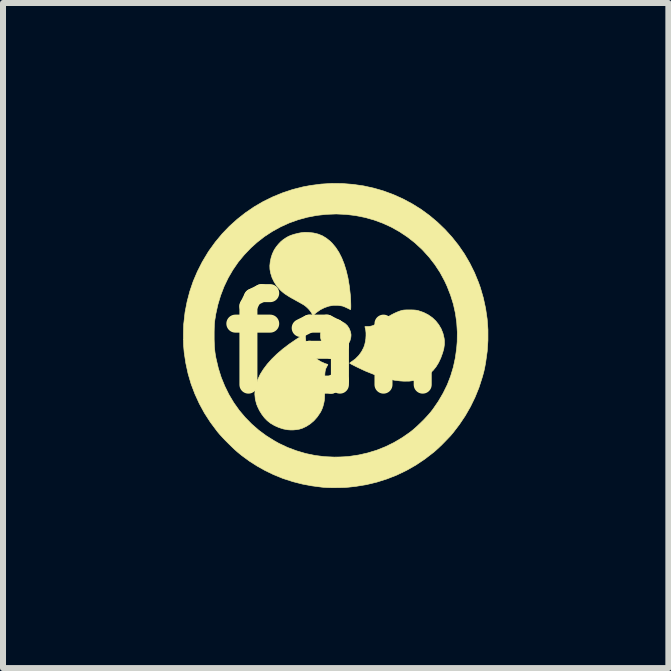
<source format=kicad_pcb>
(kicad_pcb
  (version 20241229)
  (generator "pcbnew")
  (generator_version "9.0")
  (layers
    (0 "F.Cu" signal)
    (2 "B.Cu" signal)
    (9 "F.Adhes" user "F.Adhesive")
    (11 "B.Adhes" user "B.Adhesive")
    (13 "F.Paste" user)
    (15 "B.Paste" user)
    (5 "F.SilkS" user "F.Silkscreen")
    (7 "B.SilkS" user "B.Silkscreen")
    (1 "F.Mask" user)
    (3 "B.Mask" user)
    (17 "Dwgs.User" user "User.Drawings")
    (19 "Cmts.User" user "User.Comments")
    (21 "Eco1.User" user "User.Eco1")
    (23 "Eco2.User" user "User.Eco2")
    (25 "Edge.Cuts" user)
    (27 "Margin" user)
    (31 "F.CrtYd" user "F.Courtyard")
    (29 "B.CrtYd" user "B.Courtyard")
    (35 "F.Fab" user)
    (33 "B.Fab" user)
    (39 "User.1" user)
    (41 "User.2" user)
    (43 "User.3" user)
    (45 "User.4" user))
  (footprint "fan"
    (layer "F.Cu")
    (at 2.539 2.667)
    (property "Reference" "fan" (at 0 0 0) (layer "F.SilkS") (effects (font (size 1.524 1.524) (thickness 0.3))))
    (attr through_hole)
    (fp_poly (pts (xy 0.032 -0.377) (xy 0.055 -0.376) (xy 0.072 -0.373) (xy 0.089 -0.367) (xy 0.104 -0.36) (xy 0.155 -0.331) (xy 0.195 -0.294) (xy 0.225 -0.249) (xy 0.243 -0.206) (xy 0.252 -0.174) (xy 0.257 -0.148) (xy 0.257 -0.123) (xy 0.254 -0.096) (xy 0.24 -0.042) (xy 0.215 0.009) (xy 0.187 0.044) (xy 0.144 0.082) (xy 0.096 0.108) (xy 0.044 0.123) (xy -0.01 0.126) (xy -0.064 0.116) (xy -0.077 0.112) (xy -0.13 0.088) (xy -0.174 0.055) (xy -0.209 0.014) (xy -0.234 -0.035) (xy -0.235 -0.036) (xy -0.25 -0.092) (xy -0.252 -0.147) (xy -0.243 -0.2) (xy -0.221 -0.25) (xy -0.187 -0.295) (xy -0.178 -0.305) (xy -0.155 -0.326) (xy -0.128 -0.346) (xy -0.105 -0.359) (xy -0.086 -0.368) (xy -0.07 -0.373) (xy -0.053 -0.376) (xy -0.03 -0.378) (xy 0 -0.378) (xy 0.032 -0.377)) (stroke (width 0.01) (type solid)) (fill yes) (layer "F.SilkS"))
    (fp_poly (pts (xy -0.504 -0.147) (xy -0.502 -0.131) (xy -0.502 -0.109) (xy -0.502 -0.106) (xy -0.495 -0.036) (xy -0.478 0.033) (xy -0.449 0.098) (xy -0.411 0.16) (xy -0.365 0.215) (xy -0.311 0.264) (xy -0.251 0.304) (xy -0.185 0.334) (xy -0.175 0.338) (xy -0.153 0.345) (xy -0.136 0.35) (xy -0.128 0.353) (xy -0.128 0.353) (xy -0.13 0.359) (xy -0.136 0.372) (xy -0.142 0.382) (xy -0.151 0.399) (xy -0.159 0.415) (xy -0.166 0.431) (xy -0.17 0.449) (xy -0.174 0.47) (xy -0.177 0.495) (xy -0.179 0.527) (xy -0.18 0.566) (xy -0.181 0.614) (xy -0.181 0.672) (xy -0.181 0.708) (xy -0.181 0.769) (xy -0.182 0.819) (xy -0.182 0.86) (xy -0.183 0.892) (xy -0.184 0.918) (xy -0.186 0.939) (xy -0.188 0.957) (xy -0.191 0.973) (xy -0.194 0.989) (xy -0.195 0.994) (xy -0.209 1.049) (xy -0.225 1.094) (xy -0.244 1.135) (xy -0.258 1.159) (xy -0.305 1.228) (xy -0.36 1.29) (xy -0.421 1.342) (xy -0.486 1.384) (xy -0.554 1.416) (xy -0.603 1.431) (xy -0.65 1.439) (xy -0.702 1.444) (xy -0.755 1.444) (xy -0.797 1.441) (xy -0.872 1.427) (xy -0.946 1.403) (xy -1.018 1.371) (xy -1.084 1.332) (xy -1.137 1.29) (xy -1.184 1.242) (xy -1.228 1.184) (xy -1.268 1.12) (xy -1.3 1.053) (xy -1.317 1.009) (xy -1.337 0.93) (xy -1.345 0.849) (xy -1.34 0.767) (xy -1.323 0.684) (xy -1.294 0.601) (xy -1.254 0.516) (xy -1.201 0.432) (xy -1.137 0.347) (xy -1.062 0.263) (xy -0.976 0.179) (xy -0.878 0.095) (xy -0.77 0.013) (xy -0.689 -0.042) (xy -0.657 -0.064) (xy -0.624 -0.085) (xy -0.591 -0.105) (xy -0.561 -0.123) (xy -0.536 -0.137) (xy -0.517 -0.148) (xy -0.507 -0.152) (xy -0.506 -0.152) (xy -0.504 -0.147)) (stroke (width 0.01) (type solid)) (fill yes) (layer "F.SilkS"))
    (fp_poly (pts (xy 1.27 -0.555) (xy 1.303 -0.554) (xy 1.329 -0.552) (xy 1.351 -0.549) (xy 1.374 -0.544) (xy 1.384 -0.541) (xy 1.466 -0.513) (xy 1.541 -0.475) (xy 1.609 -0.428) (xy 1.668 -0.373) (xy 1.718 -0.31) (xy 1.759 -0.24) (xy 1.789 -0.165) (xy 1.808 -0.085) (xy 1.813 -0.044) (xy 1.813 0.02) (xy 1.803 0.09) (xy 1.784 0.158) (xy 1.752 0.247) (xy 1.715 0.325) (xy 1.673 0.393) (xy 1.626 0.451) (xy 1.573 0.501) (xy 1.512 0.543) (xy 1.47 0.566) (xy 1.394 0.597) (xy 1.315 0.619) (xy 1.231 0.631) (xy 1.14 0.632) (xy 1.076 0.628) (xy 0.976 0.615) (xy 0.868 0.592) (xy 0.754 0.559) (xy 0.635 0.518) (xy 0.514 0.47) (xy 0.482 0.456) (xy 0.446 0.439) (xy 0.408 0.421) (xy 0.37 0.403) (xy 0.333 0.385) (xy 0.3 0.368) (xy 0.272 0.354) (xy 0.251 0.342) (xy 0.238 0.334) (xy 0.235 0.331) (xy 0.24 0.326) (xy 0.253 0.316) (xy 0.265 0.308) (xy 0.331 0.26) (xy 0.387 0.203) (xy 0.433 0.14) (xy 0.469 0.071) (xy 0.486 0.022) (xy 0.496 -0.023) (xy 0.504 -0.073) (xy 0.507 -0.124) (xy 0.507 -0.173) (xy 0.503 -0.215) (xy 0.499 -0.234) (xy 0.494 -0.255) (xy 0.49 -0.27) (xy 0.489 -0.277) (xy 0.495 -0.278) (xy 0.51 -0.279) (xy 0.531 -0.279) (xy 0.532 -0.279) (xy 0.559 -0.28) (xy 0.584 -0.284) (xy 0.609 -0.29) (xy 0.637 -0.301) (xy 0.668 -0.316) (xy 0.705 -0.336) (xy 0.748 -0.362) (xy 0.801 -0.395) (xy 0.804 -0.397) (xy 0.868 -0.437) (xy 0.924 -0.47) (xy 0.974 -0.496) (xy 1.02 -0.517) (xy 1.063 -0.534) (xy 1.073 -0.537) (xy 1.095 -0.544) (xy 1.113 -0.549) (xy 1.132 -0.552) (xy 1.154 -0.554) (xy 1.182 -0.555) (xy 1.218 -0.555) (xy 1.229 -0.555) (xy 1.27 -0.555)) (stroke (width 0.01) (type solid)) (fill yes) (layer "F.SilkS"))
    (fp_poly (pts (xy -0.456 -1.846) (xy -0.454 -1.846) (xy -0.369 -1.837) (xy -0.292 -1.819) (xy -0.22 -1.79) (xy -0.154 -1.75) (xy -0.09 -1.699) (xy -0.057 -1.666) (xy 0.002 -1.596) (xy 0.055 -1.515) (xy 0.102 -1.423) (xy 0.143 -1.32) (xy 0.178 -1.207) (xy 0.207 -1.085) (xy 0.229 -0.953) (xy 0.245 -0.812) (xy 0.248 -0.785) (xy 0.25 -0.748) (xy 0.252 -0.709) (xy 0.253 -0.671) (xy 0.254 -0.635) (xy 0.254 -0.604) (xy 0.253 -0.58) (xy 0.251 -0.565) (xy 0.249 -0.56) (xy 0.249 -0.56) (xy 0.242 -0.563) (xy 0.226 -0.571) (xy 0.204 -0.582) (xy 0.191 -0.588) (xy 0.163 -0.601) (xy 0.136 -0.612) (xy 0.114 -0.62) (xy 0.108 -0.621) (xy 0.035 -0.632) (xy -0.039 -0.631) (xy -0.112 -0.618) (xy -0.184 -0.593) (xy -0.254 -0.558) (xy -0.319 -0.512) (xy -0.338 -0.496) (xy -0.355 -0.48) (xy -0.369 -0.469) (xy -0.376 -0.464) (xy -0.377 -0.464) (xy -0.381 -0.469) (xy -0.388 -0.482) (xy -0.397 -0.5) (xy -0.415 -0.528) (xy -0.44 -0.56) (xy -0.47 -0.591) (xy -0.502 -0.619) (xy -0.521 -0.633) (xy -0.535 -0.642) (xy -0.559 -0.656) (xy -0.589 -0.673) (xy -0.623 -0.692) (xy -0.66 -0.712) (xy -0.664 -0.715) (xy -0.721 -0.746) (xy -0.768 -0.773) (xy -0.807 -0.798) (xy -0.841 -0.82) (xy -0.87 -0.842) (xy -0.897 -0.865) (xy -0.918 -0.884) (xy -0.974 -0.946) (xy -1.02 -1.015) (xy -1.057 -1.09) (xy -1.082 -1.17) (xy -1.093 -1.232) (xy -1.095 -1.292) (xy -1.088 -1.357) (xy -1.074 -1.423) (xy -1.053 -1.488) (xy -1.025 -1.548) (xy -1.015 -1.566) (xy -0.986 -1.608) (xy -0.951 -1.651) (xy -0.913 -1.691) (xy -0.875 -1.723) (xy -0.872 -1.725) (xy -0.828 -1.755) (xy -0.785 -1.78) (xy -0.739 -1.799) (xy -0.686 -1.816) (xy -0.625 -1.831) (xy -0.616 -1.833) (xy -0.579 -1.84) (xy -0.55 -1.844) (xy -0.523 -1.847) (xy -0.493 -1.847) (xy -0.456 -1.846)) (stroke (width 0.01) (type solid)) (fill yes) (layer "F.SilkS"))
    (fp_poly (pts (xy 0.114 -2.66) (xy 0.291 -2.646) (xy 0.466 -2.621) (xy 0.638 -2.583) (xy 0.794 -2.538) (xy 0.96 -2.477) (xy 1.121 -2.405) (xy 1.276 -2.322) (xy 1.424 -2.23) (xy 1.565 -2.127) (xy 1.698 -2.015) (xy 1.823 -1.895) (xy 1.94 -1.766) (xy 2.048 -1.63) (xy 2.147 -1.486) (xy 2.235 -1.335) (xy 2.313 -1.178) (xy 2.38 -1.015) (xy 2.411 -0.928) (xy 2.461 -0.756) (xy 2.499 -0.581) (xy 2.525 -0.404) (xy 2.538 -0.226) (xy 2.538 -0.047) (xy 2.526 0.133) (xy 2.501 0.311) (xy 2.493 0.358) (xy 2.486 0.397) (xy 2.479 0.43) (xy 2.472 0.463) (xy 2.463 0.497) (xy 2.452 0.537) (xy 2.44 0.578) (xy 2.388 0.74) (xy 2.323 0.9) (xy 2.247 1.056) (xy 2.16 1.208) (xy 2.062 1.354) (xy 1.955 1.494) (xy 1.951 1.498) (xy 1.916 1.54) (xy 1.872 1.586) (xy 1.824 1.636) (xy 1.774 1.687) (xy 1.724 1.735) (xy 1.676 1.779) (xy 1.634 1.816) (xy 1.632 1.817) (xy 1.488 1.928) (xy 1.339 2.028) (xy 1.183 2.117) (xy 1.023 2.194) (xy 0.858 2.259) (xy 0.688 2.313) (xy 0.514 2.355) (xy 0.336 2.384) (xy 0.219 2.397) (xy 0.153 2.402) (xy 0.081 2.404) (xy 0.005 2.405) (xy -0.071 2.405) (xy -0.142 2.403) (xy -0.206 2.399) (xy -0.227 2.397) (xy -0.395 2.375) (xy -0.555 2.345) (xy -0.708 2.306) (xy -0.858 2.258) (xy -0.889 2.247) (xy -1.035 2.187) (xy -1.172 2.121) (xy -1.304 2.047) (xy -1.433 1.965) (xy -1.561 1.871) (xy -1.597 1.842) (xy -1.638 1.808) (xy -1.684 1.767) (xy -1.734 1.719) (xy -1.786 1.668) (xy -1.838 1.616) (xy -1.887 1.564) (xy -1.931 1.516) (xy -1.968 1.472) (xy -1.977 1.46) (xy -2.086 1.314) (xy -2.184 1.162) (xy -2.269 1.006) (xy -2.343 0.844) (xy -2.406 0.678) (xy -2.456 0.508) (xy -2.494 0.333) (xy -2.521 0.155) (xy -2.527 0.086) (xy -2.531 0.038) (xy -2.533 -0.018) (xy -2.534 -0.081) (xy -2.534 -0.133) (xy -2.022 -0.133) (xy -2.022 -0.063) (xy -2.02 -0.003) (xy -2.018 0.051) (xy -2.014 0.099) (xy -2.009 0.146) (xy -2.002 0.193) (xy -1.993 0.244) (xy -1.99 0.257) (xy -1.953 0.415) (xy -1.905 0.568) (xy -1.845 0.715) (xy -1.776 0.855) (xy -1.696 0.989) (xy -1.606 1.116) (xy -1.506 1.235) (xy -1.397 1.346) (xy -1.279 1.449) (xy -1.153 1.542) (xy -1.018 1.626) (xy -0.945 1.667) (xy -0.799 1.736) (xy -0.649 1.792) (xy -0.496 1.837) (xy -0.341 1.869) (xy -0.183 1.889) (xy -0.022 1.896) (xy 0.038 1.895) (xy 0.081 1.894) (xy 0.125 1.892) (xy 0.165 1.89) (xy 0.198 1.888) (xy 0.219 1.886) (xy 0.381 1.862) (xy 0.536 1.827) (xy 0.687 1.781) (xy 0.832 1.723) (xy 0.973 1.654) (xy 1.111 1.572) (xy 1.238 1.484) (xy 1.292 1.441) (xy 1.35 1.39) (xy 1.41 1.333) (xy 1.47 1.274) (xy 1.527 1.213) (xy 1.578 1.155) (xy 1.619 1.103) (xy 1.712 0.968) (xy 1.792 0.831) (xy 1.861 0.691) (xy 1.917 0.546) (xy 1.962 0.397) (xy 1.995 0.243) (xy 2.017 0.084) (xy 2.026 -0.026) (xy 2.028 -0.187) (xy 2.018 -0.345) (xy 1.996 -0.5) (xy 1.962 -0.653) (xy 1.915 -0.803) (xy 1.856 -0.953) (xy 1.816 -1.039) (xy 1.741 -1.178) (xy 1.655 -1.309) (xy 1.558 -1.434) (xy 1.452 -1.551) (xy 1.437 -1.566) (xy 1.32 -1.674) (xy 1.196 -1.771) (xy 1.065 -1.858) (xy 0.928 -1.935) (xy 0.785 -2) (xy 0.638 -2.054) (xy 0.487 -2.096) (xy 0.332 -2.127) (xy 0.174 -2.146) (xy 0.013 -2.153) (xy 0.01 -2.153) (xy -0.154 -2.147) (xy -0.315 -2.129) (xy -0.471 -2.099) (xy -0.624 -2.057) (xy -0.772 -2.004) (xy -0.915 -1.939) (xy -1.053 -1.863) (xy -1.185 -1.777) (xy -1.31 -1.679) (xy -1.411 -1.588) (xy -1.521 -1.473) (xy -1.621 -1.352) (xy -1.71 -1.223) (xy -1.789 -1.087) (xy -1.857 -0.945) (xy -1.914 -0.797) (xy -1.96 -0.644) (xy -1.995 -0.486) (xy -2.004 -0.427) (xy -2.01 -0.392) (xy -2.014 -0.361) (xy -2.017 -0.332) (xy -2.019 -0.303) (xy -2.02 -0.27) (xy -2.021 -0.232) (xy -2.022 -0.186) (xy -2.022 -0.133) (xy -2.534 -0.133) (xy -2.534 -0.146) (xy -2.533 -0.21) (xy -2.531 -0.27) (xy -2.529 -0.322) (xy -2.527 -0.337) (xy -2.507 -0.516) (xy -2.473 -0.691) (xy -2.428 -0.863) (xy -2.371 -1.031) (xy -2.301 -1.195) (xy -2.22 -1.355) (xy -2.127 -1.51) (xy -2.107 -1.541) (xy -2.003 -1.685) (xy -1.89 -1.821) (xy -1.768 -1.948) (xy -1.638 -2.065) (xy -1.501 -2.173) (xy -1.356 -2.272) (xy -1.205 -2.36) (xy -1.048 -2.437) (xy -0.885 -2.504) (xy -0.717 -2.56) (xy -0.545 -2.604) (xy -0.415 -2.628) (xy -0.24 -2.651) (xy -0.063 -2.662) (xy 0.114 -2.66)) (stroke (width 0.01) (type solid)) (fill yes) (layer "F.SilkS")))
  (gr_rect
    (start -3 -3)
    (end 8.082 8.077)
    (stroke (width 0.1) (type default))
    (fill no)
    (layer "Edge.Cuts")))
</source>
